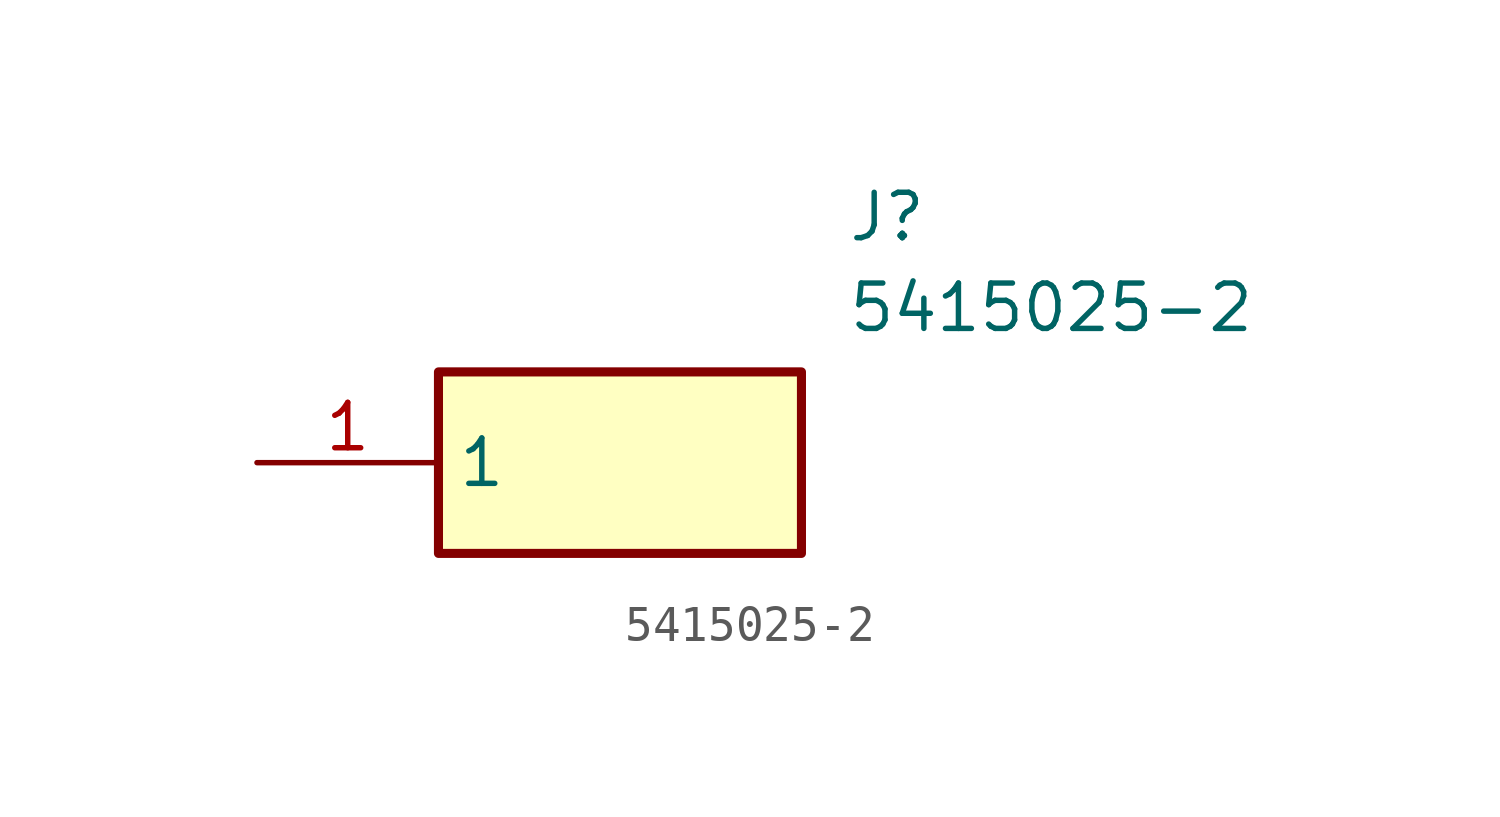
<source format=kicad_sym>
(kicad_symbol_lib
  (version 20211014)
  (generator SamacSys_ECAD_Model)
  (symbol "5415025-2"
    (property "Reference" "J"
      (at 16.51 7.62 0)
      (effects (font (size 1.27 1.27)) (justify left top)))
    (property "Value" "5415025-2"
      (at 16.51 5.08 0)
      (effects (font (size 1.27 1.27)) (justify left top)))
    (rectangle
      (start 5.08 2.54)
      (end 15.24 -2.54)
      (stroke (width 0.254) (type default))
      (fill (type background)))
    (pin passive line
      (at 0 0 0)
      (length 5.08)
      (name "1" (effects (font (size 1.27 1.27))))
      (number "1" (effects (font (size 1.27 1.27)))))))
</source>
